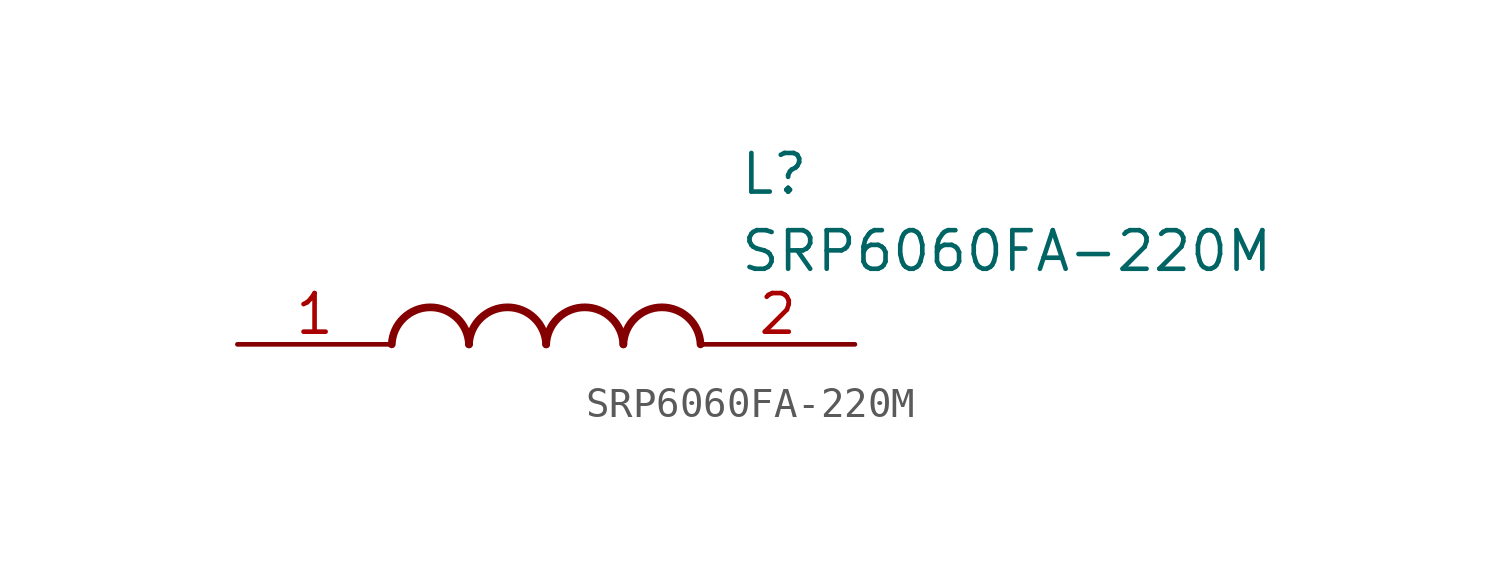
<source format=kicad_sym>
(kicad_symbol_lib
  (version 20211014)
  (generator SamacSys_ECAD_Model)
  (symbol "SRP6060FA-220M"
    (pin_names hide)
    (property "Reference" "L"
      (at 16.51 6.35 0)
      (effects (font (size 1.27 1.27)) (justify left top)))
    (property "Value" "SRP6060FA-220M"
      (at 16.51 3.81 0)
      (effects (font (size 1.27 1.27)) (justify left top)))
    (arc
      (start 7.62 0)
      (mid 6.35 1.219)
      (end 5.08 0)
      (stroke (width 0.254) (type default))
      (fill (type none)))
    (arc
      (start 10.16 0)
      (mid 8.89 1.219)
      (end 7.62 0)
      (stroke (width 0.254) (type default))
      (fill (type none)))
    (arc
      (start 12.7 0)
      (mid 11.43 1.219)
      (end 10.16 0)
      (stroke (width 0.254) (type default))
      (fill (type none)))
    (arc
      (start 15.24 0)
      (mid 13.97 1.219)
      (end 12.7 0)
      (stroke (width 0.254) (type default))
      (fill (type none)))
    (pin passive line
      (at 0 0 0)
      (length 5.08)
      (name "1" (effects (font (size 1.27 1.27))))
      (number "1" (effects (font (size 1.27 1.27)))))
    (pin passive line
      (at 20.32 0 180)
      (length 5.08)
      (name "2" (effects (font (size 1.27 1.27))))
      (number "2" (effects (font (size 1.27 1.27)))))))
</source>
